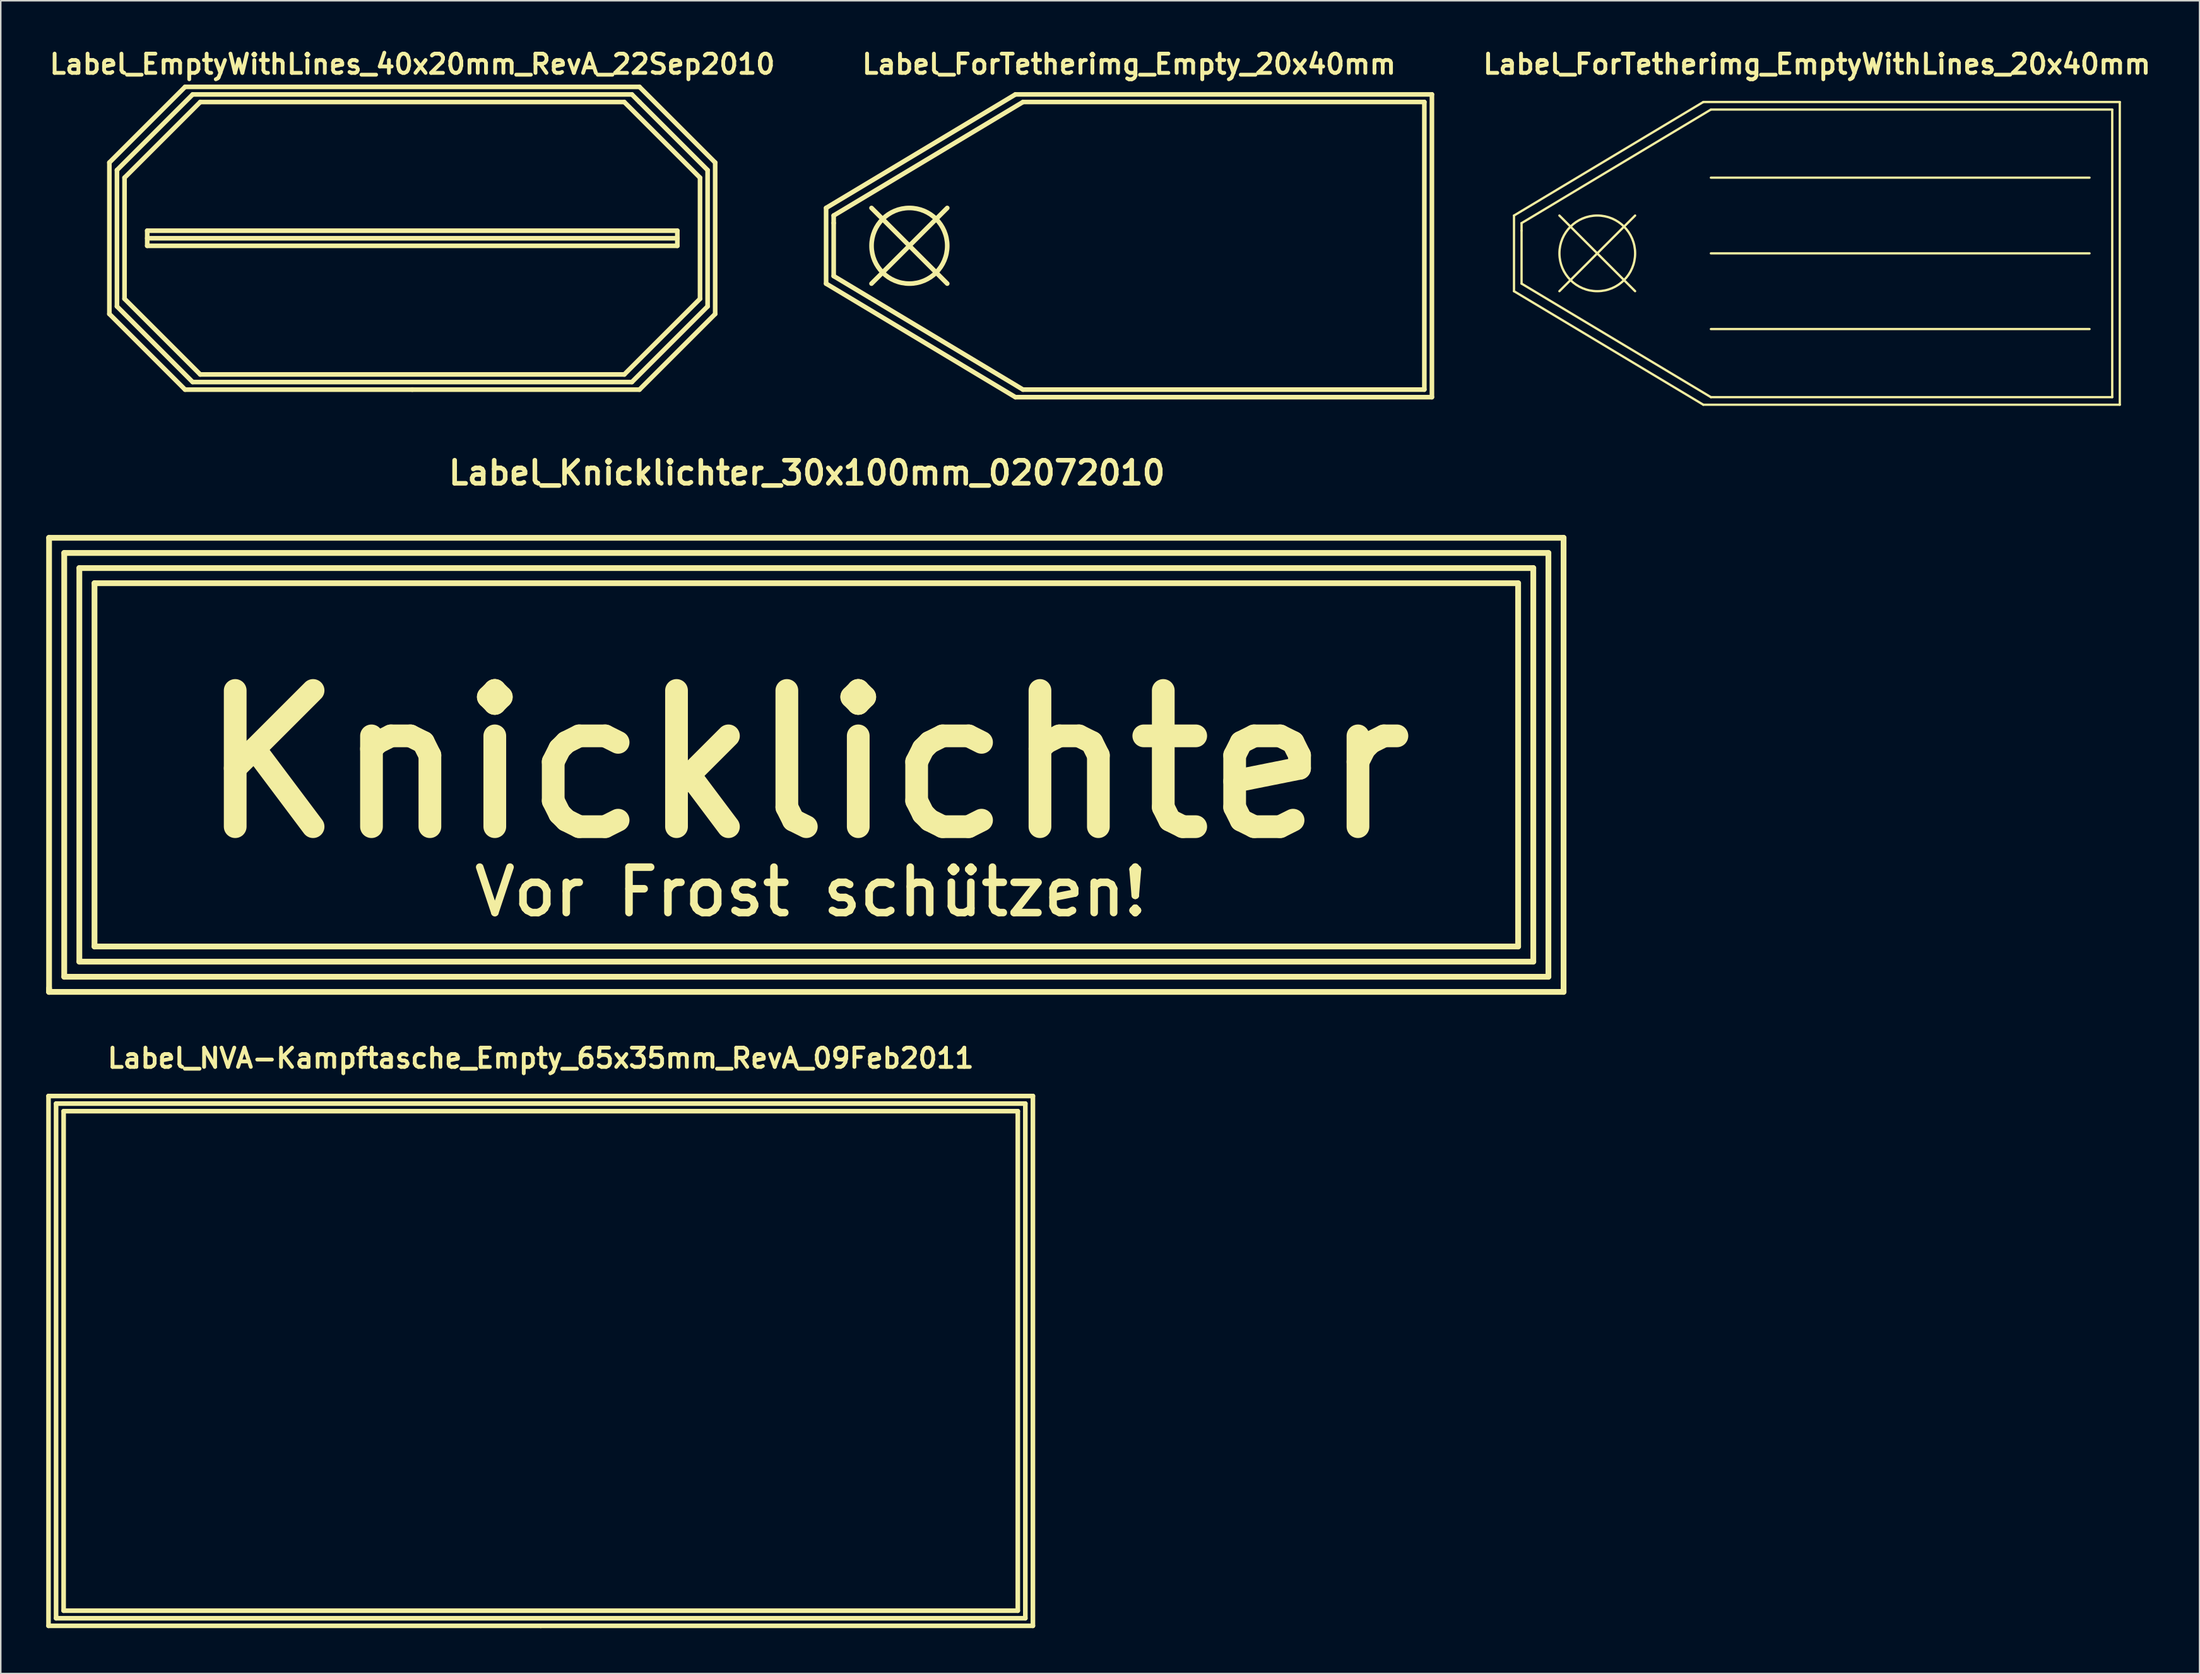
<source format=kicad_pcb>
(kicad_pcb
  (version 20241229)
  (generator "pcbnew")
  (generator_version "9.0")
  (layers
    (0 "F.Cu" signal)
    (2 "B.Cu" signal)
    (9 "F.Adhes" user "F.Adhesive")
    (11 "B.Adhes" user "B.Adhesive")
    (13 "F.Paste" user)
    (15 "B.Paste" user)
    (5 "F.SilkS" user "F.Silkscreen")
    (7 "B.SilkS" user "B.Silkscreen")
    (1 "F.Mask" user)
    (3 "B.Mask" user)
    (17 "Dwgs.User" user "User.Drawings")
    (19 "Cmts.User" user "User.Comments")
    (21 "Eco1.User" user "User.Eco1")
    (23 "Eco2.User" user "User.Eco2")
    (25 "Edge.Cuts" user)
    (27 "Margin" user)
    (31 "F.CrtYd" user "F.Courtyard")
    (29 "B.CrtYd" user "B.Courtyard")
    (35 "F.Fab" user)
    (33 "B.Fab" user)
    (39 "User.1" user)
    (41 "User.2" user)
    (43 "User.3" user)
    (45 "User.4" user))
  (footprint "Label_ForTetherimg_Empty_20x40mm"
    (layer "F.Cu")
    (at 71.497 13.188)
    (property "Reference" "Label_ForTetherimg_Empty_20x40mm" (at 0 -11.999 0) (layer "F.SilkS") (effects (font (size 1.27 1.27) (thickness 0.254))))
    (attr through_hole)
    (fp_line (start -20 -2.499) (end -20 2.499) (stroke (width 0.305) (type solid)) (layer "F.SilkS"))
    (fp_line (start -20 -2.499) (end -7.501 -10) (stroke (width 0.305) (type solid)) (layer "F.SilkS"))
    (fp_line (start -20 2.499) (end -7.501 10) (stroke (width 0.305) (type solid)) (layer "F.SilkS"))
    (fp_line (start -19.5 -1.999) (end -19.5 -1.501) (stroke (width 0.305) (type solid)) (layer "F.SilkS"))
    (fp_line (start -19.5 -1.999) (end -7 -9.5) (stroke (width 0.305) (type solid)) (layer "F.SilkS"))
    (fp_line (start -19.5 1.999) (end -19.5 -1.501) (stroke (width 0.305) (type solid)) (layer "F.SilkS"))
    (fp_line (start -17.003 -2.499) (end -12.002 2.499) (stroke (width 0.305) (type solid)) (layer "F.SilkS"))
    (fp_line (start -17.003 2.499) (end -12.002 -2.499) (stroke (width 0.305) (type solid)) (layer "F.SilkS"))
    (fp_line (start -7.501 -10) (end 20 -10) (stroke (width 0.305) (type solid)) (layer "F.SilkS"))
    (fp_line (start -7 -9.5) (end 19.5 -9.5) (stroke (width 0.305) (type solid)) (layer "F.SilkS"))
    (fp_line (start -7 9.5) (end -19.5 1.999) (stroke (width 0.305) (type solid)) (layer "F.SilkS"))
    (fp_line (start 19.5 -9.5) (end 19.5 9.5) (stroke (width 0.305) (type solid)) (layer "F.SilkS"))
    (fp_line (start 19.5 9.5) (end -7 9.5) (stroke (width 0.305) (type solid)) (layer "F.SilkS"))
    (fp_line (start 20 -10) (end 20 10) (stroke (width 0.305) (type solid)) (layer "F.SilkS"))
    (fp_line (start 20 10) (end -7.501 10) (stroke (width 0.305) (type solid)) (layer "F.SilkS"))
    (fp_circle (center -14.501 0) (end -12.002 0) (stroke (width 0.305) (type solid)) (fill no) (layer "F.SilkS")))
  (footprint "Label_EmptyWithLines_40x20mm_RevA_22Sep2010"
    (layer "F.Cu")
    (at 24.172 12.69)
    (property "Reference" "Label_EmptyWithLines_40x20mm_RevA_22Sep2010" (at 0 -11.501 0) (layer "F.SilkS") (effects (font (size 1.27 1.27) (thickness 0.254))))
    (attr through_hole)
    (fp_line (start -20 -5.001) (end -20 5.001) (stroke (width 0.305) (type solid)) (layer "F.SilkS"))
    (fp_line (start -20 5.001) (end -15.001 10) (stroke (width 0.305) (type solid)) (layer "F.SilkS"))
    (fp_line (start -19.5 -4.501) (end -14.501 -9.5) (stroke (width 0.305) (type solid)) (layer "F.SilkS"))
    (fp_line (start -19.5 4.501) (end -19.5 -4.501) (stroke (width 0.305) (type solid)) (layer "F.SilkS"))
    (fp_line (start -18.999 -4) (end -14 -8.999) (stroke (width 0.305) (type solid)) (layer "F.SilkS"))
    (fp_line (start -18.999 4) (end -18.999 -4) (stroke (width 0.305) (type solid)) (layer "F.SilkS"))
    (fp_line (start -17.501 -0.5) (end -17.501 0.5) (stroke (width 0.305) (type solid)) (layer "F.SilkS"))
    (fp_line (start -17.501 0) (end 17.501 0) (stroke (width 0.305) (type solid)) (layer "F.SilkS"))
    (fp_line (start -17.501 0.5) (end 17.501 0.5) (stroke (width 0.305) (type solid)) (layer "F.SilkS"))
    (fp_line (start -15.001 -10) (end -20 -5.001) (stroke (width 0.305) (type solid)) (layer "F.SilkS"))
    (fp_line (start -15.001 -10) (end 15.001 -10) (stroke (width 0.305) (type solid)) (layer "F.SilkS"))
    (fp_line (start -15.001 10) (end 0 10) (stroke (width 0.305) (type solid)) (layer "F.SilkS"))
    (fp_line (start -14.501 -9.5) (end 14.501 -9.5) (stroke (width 0.305) (type solid)) (layer "F.SilkS"))
    (fp_line (start -14.501 9.5) (end -19.5 4.501) (stroke (width 0.305) (type solid)) (layer "F.SilkS"))
    (fp_line (start -14 -8.999) (end 14 -8.999) (stroke (width 0.305) (type solid)) (layer "F.SilkS"))
    (fp_line (start -14 8.999) (end -18.999 4) (stroke (width 0.305) (type solid)) (layer "F.SilkS"))
    (fp_line (start 0 10) (end 15.001 10) (stroke (width 0.305) (type solid)) (layer "F.SilkS"))
    (fp_line (start 14 -8.999) (end 18.999 -4) (stroke (width 0.305) (type solid)) (layer "F.SilkS"))
    (fp_line (start 14 8.999) (end -14 8.999) (stroke (width 0.305) (type solid)) (layer "F.SilkS"))
    (fp_line (start 14.501 -9.5) (end 15.001 -8.999) (stroke (width 0.305) (type solid)) (layer "F.SilkS"))
    (fp_line (start 14.501 9.5) (end -14.501 9.5) (stroke (width 0.305) (type solid)) (layer "F.SilkS"))
    (fp_line (start 15.001 -10) (end 20 -5.001) (stroke (width 0.305) (type solid)) (layer "F.SilkS"))
    (fp_line (start 15.001 -8.999) (end 19.5 -4.501) (stroke (width 0.305) (type solid)) (layer "F.SilkS"))
    (fp_line (start 17.501 -0.5) (end -17.501 -0.5) (stroke (width 0.305) (type solid)) (layer "F.SilkS"))
    (fp_line (start 17.501 0) (end 17.501 -0.5) (stroke (width 0.305) (type solid)) (layer "F.SilkS"))
    (fp_line (start 17.501 0.5) (end 17.501 0) (stroke (width 0.305) (type solid)) (layer "F.SilkS"))
    (fp_line (start 18.999 -4) (end 18.999 4) (stroke (width 0.305) (type solid)) (layer "F.SilkS"))
    (fp_line (start 18.999 4) (end 14 8.999) (stroke (width 0.305) (type solid)) (layer "F.SilkS"))
    (fp_line (start 19.5 -4.501) (end 19.5 4.501) (stroke (width 0.305) (type solid)) (layer "F.SilkS"))
    (fp_line (start 19.5 4.501) (end 14.501 9.5) (stroke (width 0.305) (type solid)) (layer "F.SilkS"))
    (fp_line (start 20 -5.001) (end 20 5.001) (stroke (width 0.305) (type solid)) (layer "F.SilkS"))
    (fp_line (start 20 5.001) (end 15.001 10) (stroke (width 0.305) (type solid)) (layer "F.SilkS")))
  (footprint "Label_ForTetherimg_EmptyWithLines_20x40mm"
    (layer "F.Cu")
    (at 116.917 13.688)
    (property "Reference" "Label_ForTetherimg_EmptyWithLines_20x40mm" (at 0 -12.499 0) (layer "F.SilkS") (effects (font (size 1.27 1.27) (thickness 0.254))))
    (attr through_hole)
    (fp_line (start -20 -2.499) (end -20 2.499) (stroke (width 0.15) (type solid)) (layer "F.SilkS"))
    (fp_line (start -20 -2.499) (end -7.501 -10) (stroke (width 0.15) (type solid)) (layer "F.SilkS"))
    (fp_line (start -20 2.499) (end -7.501 10) (stroke (width 0.15) (type solid)) (layer "F.SilkS"))
    (fp_line (start -19.5 -1.999) (end -19.5 -1.501) (stroke (width 0.15) (type solid)) (layer "F.SilkS"))
    (fp_line (start -19.5 -1.999) (end -7 -9.5) (stroke (width 0.15) (type solid)) (layer "F.SilkS"))
    (fp_line (start -19.5 1.999) (end -19.5 -1.501) (stroke (width 0.15) (type solid)) (layer "F.SilkS"))
    (fp_line (start -17.003 -2.499) (end -12.002 2.499) (stroke (width 0.15) (type solid)) (layer "F.SilkS"))
    (fp_line (start -17.003 2.499) (end -12.002 -2.499) (stroke (width 0.15) (type solid)) (layer "F.SilkS"))
    (fp_line (start -7.501 -10) (end 20 -10) (stroke (width 0.15) (type solid)) (layer "F.SilkS"))
    (fp_line (start -7 -9.5) (end 19.5 -9.5) (stroke (width 0.15) (type solid)) (layer "F.SilkS"))
    (fp_line (start -7 -5.001) (end 18.001 -5.001) (stroke (width 0.15) (type solid)) (layer "F.SilkS"))
    (fp_line (start -7 0) (end 18.001 0) (stroke (width 0.15) (type solid)) (layer "F.SilkS"))
    (fp_line (start -7 5.001) (end 18.001 5.001) (stroke (width 0.15) (type solid)) (layer "F.SilkS"))
    (fp_line (start -7 9.5) (end -19.5 1.999) (stroke (width 0.15) (type solid)) (layer "F.SilkS"))
    (fp_line (start 19.5 -9.5) (end 19.5 9.5) (stroke (width 0.15) (type solid)) (layer "F.SilkS"))
    (fp_line (start 19.5 9.5) (end -7 9.5) (stroke (width 0.15) (type solid)) (layer "F.SilkS"))
    (fp_line (start 20 -10) (end 20 10) (stroke (width 0.15) (type solid)) (layer "F.SilkS"))
    (fp_line (start 20 10) (end -7.501 10) (stroke (width 0.15) (type solid)) (layer "F.SilkS"))
    (fp_circle (center -14.501 0) (end -12.002 0) (stroke (width 0.15) (type solid)) (fill no) (layer "F.SilkS")))
  (footprint "Label_NVA-Kampftasche_Empty_65x35mm_RevA_09Feb2011"
    (layer "F.Cu")
    (at 32.652 86.859)
    (property "Reference" "Label_NVA-Kampftasche_Empty_65x35mm_RevA_09Feb2011" (at 0 -20 0) (layer "F.SilkS") (effects (font (size 1.27 1.27) (thickness 0.254))))
    (attr through_hole)
    (fp_line (start -32.499 -17.501) (end -32.499 17.501) (stroke (width 0.305) (type solid)) (layer "F.SilkS"))
    (fp_line (start -32.499 17.501) (end 0 17.501) (stroke (width 0.305) (type solid)) (layer "F.SilkS"))
    (fp_line (start -31.999 -17) (end 31.999 -17) (stroke (width 0.305) (type solid)) (layer "F.SilkS"))
    (fp_line (start -31.999 17) (end -31.999 -17) (stroke (width 0.305) (type solid)) (layer "F.SilkS"))
    (fp_line (start -31.501 -16.5) (end 31.501 -16.5) (stroke (width 0.305) (type solid)) (layer "F.SilkS"))
    (fp_line (start -31.501 16.5) (end -31.501 -16.5) (stroke (width 0.305) (type solid)) (layer "F.SilkS"))
    (fp_line (start 0 17.501) (end 32.499 17.501) (stroke (width 0.305) (type solid)) (layer "F.SilkS"))
    (fp_line (start 31.501 -16.5) (end 31.501 16.5) (stroke (width 0.305) (type solid)) (layer "F.SilkS"))
    (fp_line (start 31.501 16.5) (end -31.501 16.5) (stroke (width 0.305) (type solid)) (layer "F.SilkS"))
    (fp_line (start 31.999 -17) (end 31.999 17) (stroke (width 0.305) (type solid)) (layer "F.SilkS"))
    (fp_line (start 31.999 17) (end -31.999 17) (stroke (width 0.305) (type solid)) (layer "F.SilkS"))
    (fp_line (start 32.499 -17.501) (end -32.499 -17.501) (stroke (width 0.305) (type solid)) (layer "F.SilkS"))
    (fp_line (start 32.499 17.501) (end 32.499 -17.501) (stroke (width 0.305) (type solid)) (layer "F.SilkS")))
  (footprint "Label_Knicklichter_30x100mm_02072010"
    (layer "F.Cu")
    (at 50.228 47.494)
    (property "Reference" "Label_Knicklichter_30x100mm_02072010" (at 0 -19.304 0) (layer "F.SilkS") (effects (font (size 1.524 1.524) (thickness 0.305))))
    (attr through_hole)
    (fp_line (start -50.038 -15.014) (end -50.038 14.986) (stroke (width 0.381) (type solid)) (layer "F.SilkS"))
    (fp_line (start -50.038 14.986) (end -50.038 14.737) (stroke (width 0.381) (type solid)) (layer "F.SilkS"))
    (fp_line (start -50.038 14.986) (end 49.962 14.986) (stroke (width 0.381) (type solid)) (layer "F.SilkS"))
    (fp_line (start -49.037 -14.013) (end -49.037 13.985) (stroke (width 0.381) (type solid)) (layer "F.SilkS"))
    (fp_line (start -49.037 13.985) (end 48.961 13.985) (stroke (width 0.381) (type solid)) (layer "F.SilkS"))
    (fp_line (start -48.039 -13.015) (end -48.039 12.987) (stroke (width 0.381) (type solid)) (layer "F.SilkS"))
    (fp_line (start -48.039 12.987) (end 47.963 12.987) (stroke (width 0.381) (type solid)) (layer "F.SilkS"))
    (fp_line (start -47.038 -12.014) (end -47.038 11.986) (stroke (width 0.381) (type solid)) (layer "F.SilkS"))
    (fp_line (start -47.038 11.986) (end 46.962 11.986) (stroke (width 0.381) (type solid)) (layer "F.SilkS"))
    (fp_line (start 46.962 -12.014) (end -47.038 -12.014) (stroke (width 0.381) (type solid)) (layer "F.SilkS"))
    (fp_line (start 46.962 11.986) (end 46.962 -12.014) (stroke (width 0.381) (type solid)) (layer "F.SilkS"))
    (fp_line (start 47.963 -13.015) (end -48.039 -13.015) (stroke (width 0.381) (type solid)) (layer "F.SilkS"))
    (fp_line (start 47.963 12.987) (end 47.963 -13.015) (stroke (width 0.381) (type solid)) (layer "F.SilkS"))
    (fp_line (start 48.961 -14.013) (end -49.037 -14.013) (stroke (width 0.381) (type solid)) (layer "F.SilkS"))
    (fp_line (start 48.961 13.985) (end 48.961 -14.013) (stroke (width 0.381) (type solid)) (layer "F.SilkS"))
    (fp_line (start 49.962 -15.014) (end -50.038 -15.014) (stroke (width 0.381) (type solid)) (layer "F.SilkS"))
    (fp_line (start 49.962 14.986) (end 49.962 -15.014) (stroke (width 0.381) (type solid)) (layer "F.SilkS"))
    (fp_text user "" (at -0.038 7.986 0) (layer "F.SilkS") (effects (font (size 1.524 1.524) (thickness 0.381))))
    (fp_text user "Knicklichter" (at -0.038 -0.015 0) (layer "F.SilkS") (effects (font (size 8.999 8.999) (thickness 1.501))))
    (fp_text user "Vor Frost schützen!" (at 0.254 8.382 0) (layer "F.SilkS") (effects (font (size 3 3) (thickness 0.5)))))
  (gr_rect
    (start -3 -3)
    (end 142.184 107.512)
    (stroke (width 0.1) (type default))
    (fill no)
    (layer "Edge.Cuts")))
</source>
